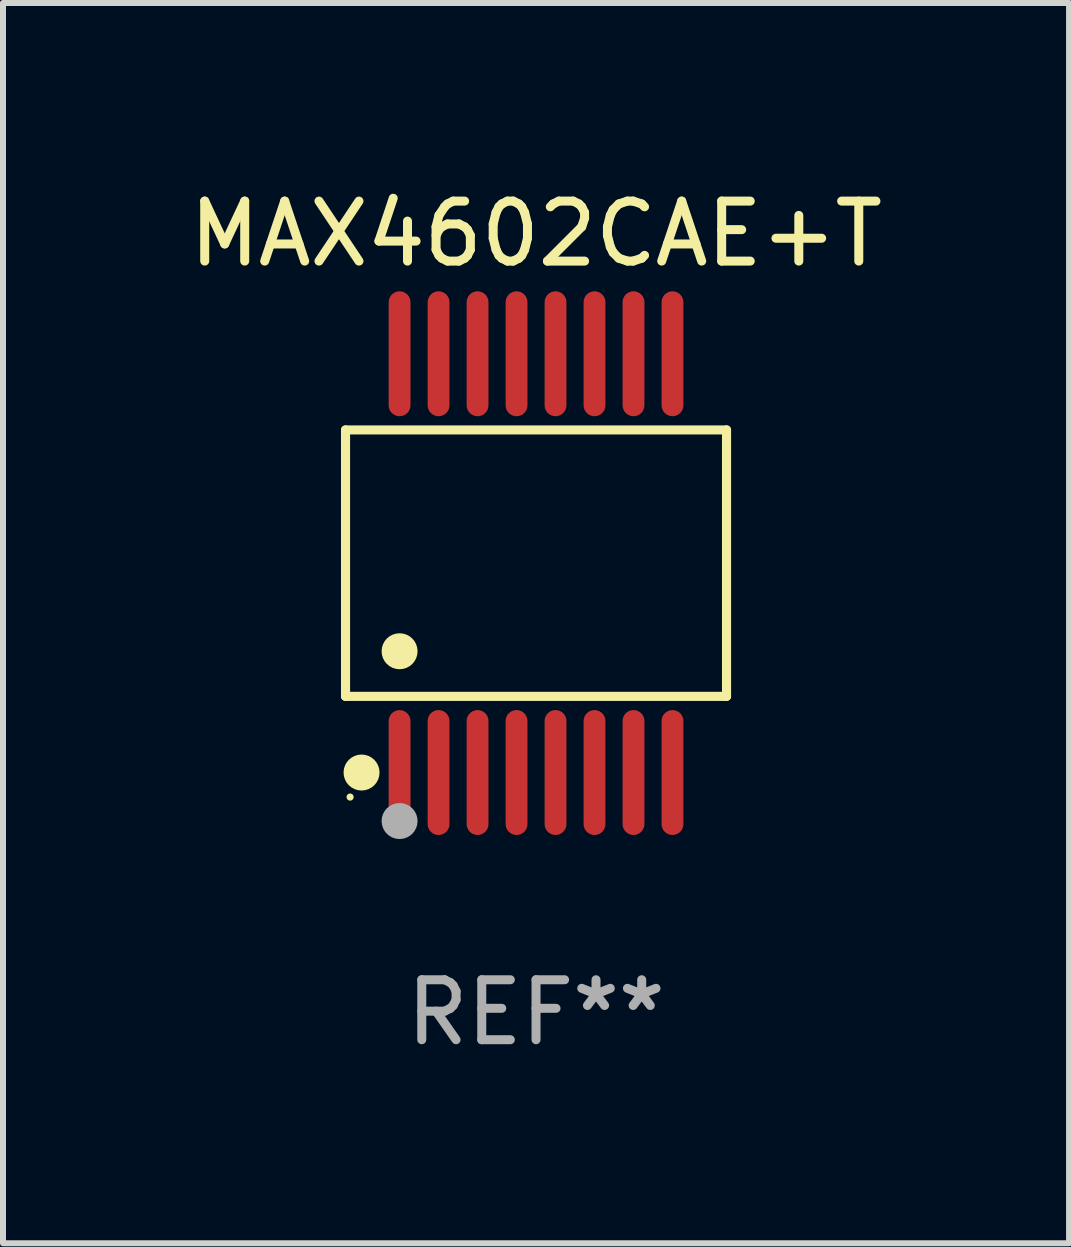
<source format=kicad_pcb>
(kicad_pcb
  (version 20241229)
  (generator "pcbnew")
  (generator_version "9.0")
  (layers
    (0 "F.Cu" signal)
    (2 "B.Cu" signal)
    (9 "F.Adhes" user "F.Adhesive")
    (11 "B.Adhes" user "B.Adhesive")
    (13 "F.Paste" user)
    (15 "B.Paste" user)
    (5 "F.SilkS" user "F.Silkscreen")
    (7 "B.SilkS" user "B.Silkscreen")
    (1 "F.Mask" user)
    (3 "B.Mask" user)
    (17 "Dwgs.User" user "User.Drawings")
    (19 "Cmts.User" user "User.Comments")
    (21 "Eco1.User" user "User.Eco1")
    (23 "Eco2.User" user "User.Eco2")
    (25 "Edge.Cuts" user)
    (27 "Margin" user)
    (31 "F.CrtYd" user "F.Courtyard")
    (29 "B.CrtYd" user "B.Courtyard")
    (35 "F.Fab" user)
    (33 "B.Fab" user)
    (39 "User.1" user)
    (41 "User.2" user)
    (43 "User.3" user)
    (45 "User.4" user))
  (footprint "MAX4602CAE+T"
    (layer "F.Cu")
    (at 5.887 6.339)
    (property "Reference" "MAX4602CAE+T" (at 0 -5.491 0) (layer "F.SilkS") (effects (font (size 1 1) (thickness 0.15))))
    (attr through_hole)
    (fp_line (start -3.176 -2.221) (end 3.176 -2.221) (stroke (width 0.152) (type solid)) (layer "F.SilkS"))
    (fp_line (start -3.176 2.221) (end -3.176 -2.221) (stroke (width 0.152) (type solid)) (layer "F.SilkS"))
    (fp_line (start 3.176 -2.221) (end 3.176 2.221) (stroke (width 0.152) (type solid)) (layer "F.SilkS"))
    (fp_line (start 3.176 2.221) (end -3.176 2.221) (stroke (width 0.152) (type solid)) (layer "F.SilkS"))
    (fp_circle (center -3.1 3.9) (end -3.07 3.9) (stroke (width 0.06) (type solid)) (fill no) (layer "F.SilkS"))
    (fp_circle (center -2.909 3.491) (end -2.759 3.491) (stroke (width 0.3) (type solid)) (fill no) (layer "F.SilkS"))
    (fp_circle (center -2.275 1.469) (end -2.125 1.469) (stroke (width 0.3) (type solid)) (fill no) (layer "F.SilkS"))
    (fp_circle (center -2.275 4.3) (end -2.125 4.3) (stroke (width 0.3) (type solid)) (fill no) (layer "F.Fab"))
    (fp_text user "REF**" (at 0 7.491 0) (layer "F.Fab") (effects (font (size 1 1) (thickness 0.15))))
    (pad "1" smd oval (at -2.275 3.491) (size 0.364 2.082) (layers "F.Cu" "F.Mask" "F.Paste"))
    (pad "2" smd oval (at -1.625 3.491) (size 0.364 2.082) (layers "F.Cu" "F.Mask" "F.Paste"))
    (pad "3" smd oval (at -0.975 3.491) (size 0.364 2.082) (layers "F.Cu" "F.Mask" "F.Paste"))
    (pad "4" smd oval (at -0.325 3.491) (size 0.364 2.082) (layers "F.Cu" "F.Mask" "F.Paste"))
    (pad "5" smd oval (at 0.325 3.491) (size 0.364 2.082) (layers "F.Cu" "F.Mask" "F.Paste"))
    (pad "6" smd oval (at 0.975 3.491) (size 0.364 2.082) (layers "F.Cu" "F.Mask" "F.Paste"))
    (pad "7" smd oval (at 1.625 3.491) (size 0.364 2.082) (layers "F.Cu" "F.Mask" "F.Paste"))
    (pad "8" smd oval (at 2.275 3.491) (size 0.364 2.082) (layers "F.Cu" "F.Mask" "F.Paste"))
    (pad "9" smd oval (at 2.275 -3.491) (size 0.364 2.082) (layers "F.Cu" "F.Mask" "F.Paste"))
    (pad "10" smd oval (at 1.625 -3.491) (size 0.364 2.082) (layers "F.Cu" "F.Mask" "F.Paste"))
    (pad "11" smd oval (at 0.975 -3.491) (size 0.364 2.082) (layers "F.Cu" "F.Mask" "F.Paste"))
    (pad "12" smd oval (at 0.325 -3.491) (size 0.364 2.082) (layers "F.Cu" "F.Mask" "F.Paste"))
    (pad "13" smd oval (at -0.325 -3.491) (size 0.364 2.082) (layers "F.Cu" "F.Mask" "F.Paste"))
    (pad "14" smd oval (at -0.975 -3.491) (size 0.364 2.082) (layers "F.Cu" "F.Mask" "F.Paste"))
    (pad "15" smd oval (at -1.625 -3.491) (size 0.364 2.082) (layers "F.Cu" "F.Mask" "F.Paste"))
    (pad "16" smd oval (at -2.275 -3.491) (size 0.364 2.082) (layers "F.Cu" "F.Mask" "F.Paste")))
  (gr_rect
    (start -3 -3)
    (end 14.774 17.678)
    (stroke (width 0.1) (type default))
    (fill no)
    (layer "Edge.Cuts")))
</source>
